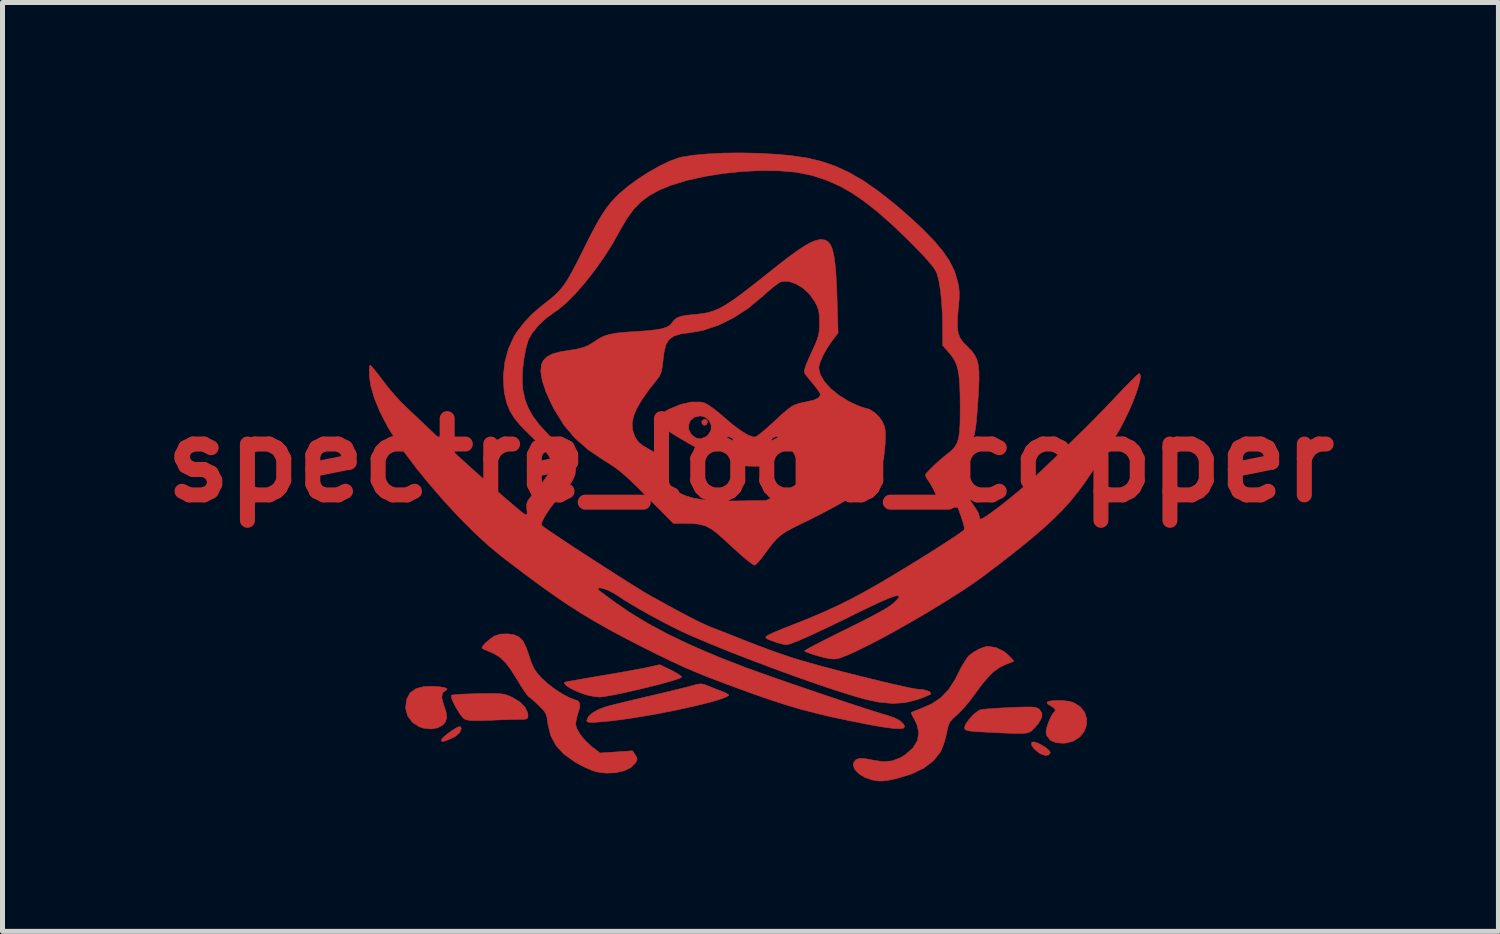
<source format=kicad_pcb>
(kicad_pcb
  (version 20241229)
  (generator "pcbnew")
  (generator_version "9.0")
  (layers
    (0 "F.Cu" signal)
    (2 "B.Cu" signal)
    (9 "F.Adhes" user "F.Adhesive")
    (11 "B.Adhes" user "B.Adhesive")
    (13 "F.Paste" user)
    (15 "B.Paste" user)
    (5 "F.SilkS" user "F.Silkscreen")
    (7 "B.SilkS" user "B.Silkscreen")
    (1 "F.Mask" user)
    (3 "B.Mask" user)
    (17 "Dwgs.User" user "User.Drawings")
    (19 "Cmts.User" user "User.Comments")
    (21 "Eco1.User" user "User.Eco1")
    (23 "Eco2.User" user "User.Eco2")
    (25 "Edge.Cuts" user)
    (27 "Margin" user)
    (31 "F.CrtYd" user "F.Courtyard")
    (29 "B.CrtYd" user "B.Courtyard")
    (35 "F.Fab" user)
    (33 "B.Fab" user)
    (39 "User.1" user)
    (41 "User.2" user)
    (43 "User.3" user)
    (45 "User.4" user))
  (footprint "spectre_logo_copper"
    (layer "F.Cu")
    (at 11.945 6.149)
    (property "Reference" "spectre_logo_copper" (at 0 0 0) (layer "F.Cu") (effects (font (size 1.524 1.524) (thickness 0.3))))
    (attr through_hole)
    (fp_poly (pts (xy -0.866 -0.799) (xy -0.857 -0.762) (xy -0.88 -0.711) (xy -0.928 -0.7) (xy -0.968 -0.73) (xy -0.973 -0.784) (xy -0.931 -0.821) (xy -0.903 -0.826) (xy -0.866 -0.799)) (stroke (width 0.01) (type solid)) (fill yes) (layer "F.Cu"))
    (fp_poly (pts (xy -5.779 5.362) (xy -5.81 5.441) (xy -5.9 5.517) (xy -6.009 5.571) (xy -6.111 5.609) (xy -6.165 5.616) (xy -6.177 5.592) (xy -6.173 5.576) (xy -6.137 5.533) (xy -6.065 5.472) (xy -5.977 5.407) (xy -5.891 5.352) (xy -5.834 5.324) (xy -5.789 5.324) (xy -5.779 5.362)) (stroke (width 0.01) (type solid)) (fill yes) (layer "F.Cu"))
    (fp_poly (pts (xy 5.739 5.649) (xy 5.826 5.692) (xy 5.909 5.746) (xy 5.97 5.799) (xy 5.992 5.841) (xy 5.992 5.842) (xy 5.958 5.887) (xy 5.89 5.895) (xy 5.802 5.867) (xy 5.77 5.848) (xy 5.674 5.77) (xy 5.621 5.697) (xy 5.618 5.64) (xy 5.623 5.631) (xy 5.666 5.625) (xy 5.739 5.649)) (stroke (width 0.01) (type solid)) (fill yes) (layer "F.Cu"))
    (fp_poly (pts (xy -6.201 4.525) (xy -6.108 4.542) (xy -6.062 4.564) (xy -6.069 4.586) (xy -6.088 4.595) (xy -6.152 4.646) (xy -6.168 4.737) (xy -6.136 4.868) (xy -6.128 4.889) (xy -6.08 5.034) (xy -6.069 5.142) (xy -6.096 5.226) (xy -6.148 5.288) (xy -6.252 5.345) (xy -6.388 5.366) (xy -6.535 5.35) (xy -6.621 5.321) (xy -6.757 5.232) (xy -6.849 5.106) (xy -6.889 4.958) (xy -6.89 4.932) (xy -6.867 4.766) (xy -6.799 4.643) (xy -6.683 4.561) (xy -6.52 4.518) (xy -6.332 4.514) (xy -6.201 4.525)) (stroke (width 0.01) (type solid)) (fill yes) (layer "F.Cu"))
    (fp_poly (pts (xy 6.242 4.799) (xy 6.361 4.813) (xy 6.452 4.837) (xy 6.454 4.838) (xy 6.591 4.923) (xy 6.678 5.034) (xy 6.718 5.16) (xy 6.714 5.29) (xy 6.669 5.414) (xy 6.585 5.522) (xy 6.466 5.603) (xy 6.313 5.647) (xy 6.238 5.652) (xy 6.105 5.64) (xy 6.009 5.6) (xy 5.989 5.586) (xy 5.919 5.498) (xy 5.905 5.427) (xy 5.918 5.349) (xy 5.951 5.248) (xy 5.993 5.146) (xy 6.037 5.065) (xy 6.068 5.03) (xy 6.095 4.99) (xy 6.059 4.942) (xy 5.996 4.903) (xy 5.934 4.864) (xy 5.925 4.837) (xy 5.941 4.823) (xy 6.009 4.804) (xy 6.117 4.796) (xy 6.242 4.799)) (stroke (width 0.01) (type solid)) (fill yes) (layer "F.Cu"))
    (fp_poly (pts (xy -5.01 4.662) (xy -4.933 4.672) (xy -4.87 4.688) (xy -4.807 4.713) (xy -4.76 4.735) (xy -4.609 4.826) (xy -4.503 4.933) (xy -4.45 5.048) (xy -4.445 5.093) (xy -4.449 5.141) (xy -4.473 5.165) (xy -4.531 5.174) (xy -4.615 5.175) (xy -4.712 5.177) (xy -4.854 5.18) (xy -5.023 5.186) (xy -5.199 5.193) (xy -5.21 5.193) (xy -5.403 5.199) (xy -5.542 5.199) (xy -5.638 5.191) (xy -5.699 5.176) (xy -5.712 5.169) (xy -5.76 5.126) (xy -5.817 5.047) (xy -5.877 4.95) (xy -5.93 4.851) (xy -5.967 4.764) (xy -5.98 4.706) (xy -5.976 4.693) (xy -5.938 4.685) (xy -5.848 4.677) (xy -5.717 4.67) (xy -5.556 4.664) (xy -5.445 4.661) (xy -5.253 4.658) (xy -5.112 4.658) (xy -5.01 4.662)) (stroke (width 0.01) (type solid)) (fill yes) (layer "F.Cu"))
    (fp_poly (pts (xy 5.615 4.928) (xy 5.682 4.934) (xy 5.728 4.946) (xy 5.761 4.965) (xy 5.774 4.975) (xy 5.826 5.05) (xy 5.818 5.144) (xy 5.751 5.26) (xy 5.684 5.337) (xy 5.646 5.377) (xy 5.613 5.408) (xy 5.575 5.431) (xy 5.526 5.446) (xy 5.456 5.454) (xy 5.359 5.456) (xy 5.225 5.454) (xy 5.048 5.447) (xy 4.817 5.436) (xy 4.715 5.431) (xy 4.531 5.421) (xy 4.403 5.41) (xy 4.323 5.394) (xy 4.283 5.37) (xy 4.276 5.336) (xy 4.293 5.289) (xy 4.299 5.276) (xy 4.365 5.179) (xy 4.452 5.083) (xy 4.542 5.01) (xy 4.588 4.985) (xy 4.64 4.976) (xy 4.743 4.965) (xy 4.886 4.955) (xy 5.055 4.945) (xy 5.177 4.939) (xy 5.372 4.931) (xy 5.515 4.927) (xy 5.615 4.928)) (stroke (width 0.01) (type solid)) (fill yes) (layer "F.Cu"))
    (fp_poly (pts (xy -1.588 4.191) (xy -1.484 4.245) (xy -1.409 4.293) (xy -1.375 4.326) (xy -1.375 4.331) (xy -1.409 4.351) (xy -1.496 4.382) (xy -1.624 4.42) (xy -1.785 4.465) (xy -1.968 4.512) (xy -2.164 4.56) (xy -2.362 4.606) (xy -2.552 4.648) (xy -2.725 4.684) (xy -2.87 4.71) (xy -2.977 4.726) (xy -3.024 4.729) (xy -3.121 4.718) (xy -3.237 4.696) (xy -3.27 4.687) (xy -3.401 4.644) (xy -3.522 4.592) (xy -3.623 4.538) (xy -3.692 4.488) (xy -3.718 4.448) (xy -3.711 4.433) (xy -3.678 4.425) (xy -3.591 4.409) (xy -3.459 4.385) (xy -3.292 4.356) (xy -3.099 4.323) (xy -3 4.306) (xy -2.779 4.269) (xy -2.563 4.231) (xy -2.366 4.195) (xy -2.2 4.165) (xy -2.08 4.141) (xy -2.057 4.136) (xy -1.812 4.082) (xy -1.588 4.191)) (stroke (width 0.01) (type solid)) (fill yes) (layer "F.Cu"))
    (fp_poly (pts (xy -0.937 4.473) (xy -0.865 4.499) (xy -0.849 4.506) (xy -0.733 4.553) (xy -0.602 4.603) (xy -0.561 4.619) (xy -0.48 4.654) (xy -0.436 4.684) (xy -0.434 4.698) (xy -0.502 4.734) (xy -0.624 4.778) (xy -0.792 4.828) (xy -0.998 4.88) (xy -1.234 4.935) (xy -1.49 4.99) (xy -1.759 5.044) (xy -2.032 5.094) (xy -2.301 5.139) (xy -2.557 5.177) (xy -2.792 5.206) (xy -2.977 5.224) (xy -3.116 5.234) (xy -3.204 5.235) (xy -3.251 5.227) (xy -3.269 5.21) (xy -3.27 5.2) (xy -3.241 5.126) (xy -3.161 5.049) (xy -3.041 4.979) (xy -2.893 4.924) (xy -2.892 4.924) (xy -2.796 4.898) (xy -2.652 4.861) (xy -2.472 4.817) (xy -2.27 4.769) (xy -2.06 4.719) (xy -2.032 4.713) (xy -1.823 4.664) (xy -1.621 4.616) (xy -1.44 4.571) (xy -1.292 4.535) (xy -1.192 4.508) (xy -1.182 4.505) (xy -1.072 4.476) (xy -0.998 4.465) (xy -0.937 4.473)) (stroke (width 0.01) (type solid)) (fill yes) (layer "F.Cu"))
    (fp_poly (pts (xy 4.912 3.743) (xy 5.065 3.817) (xy 5.161 3.898) (xy 5.266 4.012) (xy 5.086 4.084) (xy 4.97 4.142) (xy 4.859 4.222) (xy 4.745 4.334) (xy 4.619 4.485) (xy 4.473 4.684) (xy 4.466 4.694) (xy 4.367 4.825) (xy 4.256 4.955) (xy 4.153 5.061) (xy 4.127 5.085) (xy 4.04 5.163) (xy 3.987 5.227) (xy 3.953 5.3) (xy 3.928 5.404) (xy 3.917 5.461) (xy 3.883 5.599) (xy 3.838 5.733) (xy 3.794 5.829) (xy 3.657 6.001) (xy 3.464 6.147) (xy 3.217 6.267) (xy 2.919 6.357) (xy 2.899 6.362) (xy 2.747 6.393) (xy 2.634 6.407) (xy 2.538 6.404) (xy 2.437 6.386) (xy 2.424 6.383) (xy 2.284 6.334) (xy 2.17 6.264) (xy 2.09 6.181) (xy 2.054 6.097) (xy 2.066 6.029) (xy 2.111 5.977) (xy 2.183 5.954) (xy 2.292 5.959) (xy 2.445 5.989) (xy 2.651 6.021) (xy 2.83 6.005) (xy 3 5.939) (xy 3.095 5.88) (xy 3.246 5.747) (xy 3.336 5.602) (xy 3.363 5.446) (xy 3.328 5.281) (xy 3.282 5.187) (xy 3.238 5.106) (xy 3.213 5.051) (xy 3.211 5.037) (xy 3.245 5.022) (xy 3.32 4.993) (xy 3.381 4.97) (xy 3.616 4.868) (xy 3.804 4.743) (xy 3.957 4.583) (xy 4.089 4.378) (xy 4.143 4.27) (xy 4.211 4.137) (xy 4.282 4.016) (xy 4.344 3.927) (xy 4.369 3.899) (xy 4.469 3.824) (xy 4.587 3.761) (xy 4.7 3.722) (xy 4.754 3.715) (xy 4.912 3.743)) (stroke (width 0.01) (type solid)) (fill yes) (layer "F.Cu"))
    (fp_poly (pts (xy -4.836 3.468) (xy -4.712 3.488) (xy -4.618 3.533) (xy -4.544 3.612) (xy -4.482 3.735) (xy -4.424 3.902) (xy -4.375 4.049) (xy -4.325 4.158) (xy -4.261 4.251) (xy -4.18 4.343) (xy -4.06 4.454) (xy -3.915 4.565) (xy -3.762 4.665) (xy -3.62 4.741) (xy -3.514 4.781) (xy -3.44 4.81) (xy -3.408 4.861) (xy -3.414 4.945) (xy -3.442 5.037) (xy -3.472 5.145) (xy -3.49 5.243) (xy -3.493 5.274) (xy -3.468 5.365) (xy -3.401 5.477) (xy -3.302 5.598) (xy -3.181 5.712) (xy -3.144 5.741) (xy -3.004 5.847) (xy -2.356 5.803) (xy -2.301 5.886) (xy -2.266 5.95) (xy -2.27 5.998) (xy -2.299 6.048) (xy -2.393 6.139) (xy -2.532 6.204) (xy -2.701 6.242) (xy -2.885 6.249) (xy -3.069 6.224) (xy -3.167 6.194) (xy -3.288 6.142) (xy -3.425 6.073) (xy -3.516 6.021) (xy -3.73 5.867) (xy -3.886 5.696) (xy -3.99 5.503) (xy -4.046 5.278) (xy -4.05 5.243) (xy -4.066 5.133) (xy -4.092 5.055) (xy -4.14 4.987) (xy -4.223 4.902) (xy -4.228 4.897) (xy -4.314 4.817) (xy -4.387 4.754) (xy -4.429 4.722) (xy -4.462 4.686) (xy -4.519 4.607) (xy -4.592 4.496) (xy -4.672 4.364) (xy -4.674 4.361) (xy -4.793 4.173) (xy -4.9 4.034) (xy -5.008 3.933) (xy -5.126 3.859) (xy -5.247 3.808) (xy -5.322 3.777) (xy -5.363 3.75) (xy -5.366 3.745) (xy -5.342 3.7) (xy -5.282 3.636) (xy -5.203 3.569) (xy -5.123 3.514) (xy -5.111 3.508) (xy -4.996 3.471) (xy -4.851 3.467) (xy -4.836 3.468)) (stroke (width 0.01) (type solid)) (fill yes) (layer "F.Cu"))
    (fp_poly (pts (xy 1.491 -4.403) (xy 1.551 -4.37) (xy 1.601 -4.307) (xy 1.64 -4.211) (xy 1.67 -4.075) (xy 1.694 -3.894) (xy 1.712 -3.663) (xy 1.726 -3.377) (xy 1.731 -3.202) (xy 1.751 -2.547) (xy 1.633 -2.393) (xy 1.54 -2.257) (xy 1.459 -2.114) (xy 1.399 -1.981) (xy 1.368 -1.874) (xy 1.366 -1.846) (xy 1.394 -1.717) (xy 1.475 -1.578) (xy 1.601 -1.437) (xy 1.764 -1.303) (xy 1.955 -1.185) (xy 2.015 -1.154) (xy 2.127 -1.103) (xy 2.219 -1.066) (xy 2.276 -1.048) (xy 2.281 -1.048) (xy 2.375 -1.022) (xy 2.48 -0.956) (xy 2.576 -0.864) (xy 2.639 -0.769) (xy 2.671 -0.695) (xy 2.69 -0.621) (xy 2.697 -0.53) (xy 2.695 -0.404) (xy 2.691 -0.323) (xy 2.665 -0.065) (xy 2.612 0.143) (xy 2.531 0.313) (xy 2.416 0.455) (xy 2.405 0.466) (xy 2.31 0.543) (xy 2.165 0.642) (xy 1.979 0.756) (xy 1.76 0.881) (xy 1.517 1.013) (xy 1.258 1.147) (xy 1.035 1.256) (xy 0.854 1.345) (xy 0.717 1.419) (xy 0.61 1.491) (xy 0.52 1.571) (xy 0.432 1.672) (xy 0.332 1.803) (xy 0.287 1.865) (xy 0.21 1.968) (xy 0.143 2.046) (xy 0.096 2.089) (xy 0.085 2.094) (xy 0.043 2.074) (xy -0.03 2.022) (xy -0.108 1.959) (xy -0.201 1.878) (xy -0.321 1.77) (xy -0.448 1.654) (xy -0.513 1.594) (xy -0.663 1.46) (xy -0.788 1.367) (xy -0.904 1.307) (xy -1.028 1.274) (xy -1.174 1.261) (xy -1.27 1.259) (xy -1.54 1.258) (xy -2.064 0.73) (xy -2.242 0.552) (xy -2.386 0.412) (xy -2.507 0.301) (xy -2.613 0.212) (xy -2.715 0.135) (xy -2.823 0.063) (xy -2.937 -0.007) (xy -3.248 -0.217) (xy -3.506 -0.445) (xy -3.725 -0.704) (xy -3.748 -0.741) (xy -2.364 -0.741) (xy -2.356 -0.615) (xy -2.316 -0.491) (xy -2.302 -0.46) (xy -2.245 -0.373) (xy -2.161 -0.301) (xy -2.049 -0.236) (xy -1.909 -0.153) (xy -1.815 -0.067) (xy -1.756 0.04) (xy -1.718 0.187) (xy -1.709 0.239) (xy -1.678 0.389) (xy -1.635 0.493) (xy -1.568 0.568) (xy -1.468 0.631) (xy -1.456 0.637) (xy -1.312 0.701) (xy -1.159 0.749) (xy -0.986 0.782) (xy -0.782 0.802) (xy -0.535 0.811) (xy -0.28 0.81) (xy 0.314 0.801) (xy 0.578 0.672) (xy 0.707 0.605) (xy 0.824 0.539) (xy 0.91 0.485) (xy 0.931 0.47) (xy 1.02 0.396) (xy 0.967 0.158) (xy 0.929 0.006) (xy 0.887 -0.108) (xy 0.829 -0.206) (xy 0.743 -0.313) (xy 0.708 -0.352) (xy 0.604 -0.445) (xy 0.515 -0.478) (xy 0.445 -0.451) (xy 0.396 -0.365) (xy 0.368 -0.223) (xy 0.364 -0.143) (xy 0.36 -0.035) (xy 0.357 0.05) (xy 0.354 0.085) (xy 0.325 0.105) (xy 0.242 0.115) (xy 0.1 0.117) (xy 0.073 0.117) (xy -0.06 0.113) (xy -0.146 0.106) (xy -0.199 0.09) (xy -0.236 0.06) (xy -0.272 0.011) (xy -0.276 0.004) (xy -0.326 -0.093) (xy -0.334 -0.19) (xy -0.33 -0.222) (xy -0.325 -0.354) (xy -0.359 -0.438) (xy -0.424 -0.473) (xy -0.515 -0.457) (xy -0.626 -0.388) (xy -0.706 -0.316) (xy -0.81 -0.22) (xy -0.883 -0.176) (xy -0.917 -0.174) (xy -0.996 -0.211) (xy -1.113 -0.272) (xy -1.252 -0.35) (xy -1.398 -0.436) (xy -1.534 -0.519) (xy -1.647 -0.592) (xy -1.7 -0.63) (xy -1.797 -0.712) (xy -1.235 -0.712) (xy -1.231 -0.613) (xy -1.181 -0.519) (xy -1.095 -0.45) (xy -0.997 -0.43) (xy -0.893 -0.47) (xy -0.844 -0.51) (xy -0.789 -0.6) (xy -0.784 -0.7) (xy -0.822 -0.792) (xy -0.897 -0.861) (xy -1.001 -0.889) (xy -1.005 -0.889) (xy -1.119 -0.864) (xy -1.197 -0.8) (xy -1.235 -0.712) (xy -1.797 -0.712) (xy -1.805 -0.719) (xy -1.857 -0.792) (xy -1.853 -0.858) (xy -1.793 -0.923) (xy -1.673 -0.997) (xy -1.618 -1.026) (xy -1.393 -1.119) (xy -1.183 -1.166) (xy -0.998 -1.166) (xy -0.916 -1.147) (xy -0.848 -1.111) (xy -0.748 -1.042) (xy -0.632 -0.951) (xy -0.538 -0.87) (xy -0.352 -0.712) (xy -0.188 -0.59) (xy -0.053 -0.508) (xy 0.05 -0.469) (xy 0.099 -0.468) (xy 0.144 -0.495) (xy 0.224 -0.557) (xy 0.329 -0.646) (xy 0.449 -0.754) (xy 0.481 -0.784) (xy 0.62 -0.913) (xy 0.726 -1.005) (xy 0.81 -1.068) (xy 0.887 -1.11) (xy 0.969 -1.138) (xy 1.068 -1.161) (xy 1.127 -1.172) (xy 1.272 -1.207) (xy 1.359 -1.249) (xy 1.395 -1.302) (xy 1.397 -1.319) (xy 1.377 -1.362) (xy 1.326 -1.437) (xy 1.254 -1.526) (xy 1.252 -1.529) (xy 1.175 -1.622) (xy 1.112 -1.7) (xy 1.079 -1.748) (xy 1.077 -1.798) (xy 1.105 -1.891) (xy 1.163 -2.032) (xy 1.215 -2.145) (xy 1.285 -2.297) (xy 1.331 -2.409) (xy 1.359 -2.5) (xy 1.374 -2.586) (xy 1.379 -2.686) (xy 1.38 -2.746) (xy 1.377 -2.884) (xy 1.365 -2.984) (xy 1.338 -3.069) (xy 1.29 -3.165) (xy 1.286 -3.173) (xy 1.18 -3.321) (xy 1.048 -3.444) (xy 0.901 -3.532) (xy 0.755 -3.579) (xy 0.621 -3.575) (xy 0.567 -3.546) (xy 0.479 -3.482) (xy 0.369 -3.392) (xy 0.248 -3.284) (xy 0.233 -3.271) (xy -0.045 -3.04) (xy -0.343 -2.847) (xy -0.647 -2.698) (xy -0.949 -2.597) (xy -1.191 -2.555) (xy -1.386 -2.528) (xy -1.527 -2.485) (xy -1.625 -2.417) (xy -1.688 -2.313) (xy -1.726 -2.166) (xy -1.745 -2.015) (xy -1.763 -1.86) (xy -1.787 -1.753) (xy -1.821 -1.679) (xy -1.838 -1.656) (xy -2.027 -1.414) (xy -2.172 -1.208) (xy -2.274 -1.032) (xy -2.338 -0.878) (xy -2.364 -0.741) (xy -3.748 -0.741) (xy -3.914 -1.007) (xy -3.969 -1.111) (xy -4.086 -1.37) (xy -4.16 -1.593) (xy -4.19 -1.778) (xy -4.175 -1.922) (xy -4.141 -1.993) (xy -4.066 -2.07) (xy -3.954 -2.128) (xy -3.796 -2.171) (xy -3.661 -2.193) (xy -3.479 -2.222) (xy -3.342 -2.256) (xy -3.234 -2.3) (xy -3.136 -2.36) (xy -3.119 -2.372) (xy -3.023 -2.436) (xy -2.924 -2.484) (xy -2.81 -2.519) (xy -2.669 -2.544) (xy -2.487 -2.562) (xy -2.319 -2.573) (xy -2.084 -2.589) (xy -1.904 -2.608) (xy -1.771 -2.631) (xy -1.676 -2.661) (xy -1.611 -2.7) (xy -1.567 -2.749) (xy -1.52 -2.809) (xy -1.463 -2.851) (xy -1.382 -2.88) (xy -1.264 -2.901) (xy -1.096 -2.918) (xy -1.094 -2.918) (xy -0.966 -2.932) (xy -0.85 -2.953) (xy -0.738 -2.987) (xy -0.623 -3.036) (xy -0.498 -3.105) (xy -0.355 -3.198) (xy -0.187 -3.319) (xy 0.012 -3.472) (xy 0.252 -3.661) (xy 0.308 -3.706) (xy 0.557 -3.904) (xy 0.764 -4.064) (xy 0.935 -4.188) (xy 1.075 -4.281) (xy 1.19 -4.347) (xy 1.285 -4.388) (xy 1.366 -4.409) (xy 1.419 -4.413) (xy 1.491 -4.403)) (stroke (width 0.01) (type solid)) (fill yes) (layer "F.Cu"))
    (fp_poly (pts (xy 0.169 -6.136) (xy 0.52 -6.116) (xy 0.794 -6.092) (xy 1.113 -6.046) (xy 1.411 -5.977) (xy 1.695 -5.88) (xy 1.975 -5.751) (xy 2.259 -5.586) (xy 2.555 -5.38) (xy 2.872 -5.13) (xy 3.127 -4.911) (xy 3.415 -4.647) (xy 3.649 -4.409) (xy 3.833 -4.193) (xy 3.97 -3.996) (xy 4.064 -3.812) (xy 4.09 -3.739) (xy 4.134 -3.593) (xy 4.161 -3.476) (xy 4.172 -3.365) (xy 4.171 -3.238) (xy 4.157 -3.074) (xy 4.153 -3.035) (xy 4.136 -2.828) (xy 4.134 -2.669) (xy 4.15 -2.547) (xy 4.187 -2.449) (xy 4.248 -2.361) (xy 4.337 -2.271) (xy 4.418 -2.189) (xy 4.48 -2.107) (xy 4.524 -2.016) (xy 4.552 -1.907) (xy 4.566 -1.77) (xy 4.567 -1.596) (xy 4.557 -1.375) (xy 4.545 -1.176) (xy 4.529 -0.956) (xy 4.514 -0.786) (xy 4.498 -0.65) (xy 4.478 -0.534) (xy 4.451 -0.423) (xy 4.414 -0.304) (xy 4.364 -0.162) (xy 4.334 -0.079) (xy 4.279 0.081) (xy 4.247 0.2) (xy 4.233 0.294) (xy 4.235 0.382) (xy 4.236 0.392) (xy 4.267 0.523) (xy 4.331 0.68) (xy 4.418 0.842) (xy 4.513 0.981) (xy 4.556 1.055) (xy 4.572 1.116) (xy 4.585 1.165) (xy 4.601 1.175) (xy 4.648 1.155) (xy 4.734 1.1) (xy 4.851 1.016) (xy 4.991 0.911) (xy 5.145 0.79) (xy 5.304 0.66) (xy 5.461 0.528) (xy 5.606 0.401) (xy 5.732 0.285) (xy 5.736 0.281) (xy 6.028 0.001) (xy 6.28 -0.243) (xy 6.499 -0.456) (xy 6.691 -0.645) (xy 6.862 -0.817) (xy 7.02 -0.978) (xy 7.17 -1.134) (xy 7.32 -1.293) (xy 7.322 -1.294) (xy 7.453 -1.433) (xy 7.571 -1.554) (xy 7.668 -1.65) (xy 7.736 -1.714) (xy 7.769 -1.739) (xy 7.77 -1.739) (xy 7.792 -1.7) (xy 7.786 -1.615) (xy 7.756 -1.492) (xy 7.706 -1.34) (xy 7.64 -1.167) (xy 7.561 -0.984) (xy 7.472 -0.799) (xy 7.378 -0.62) (xy 7.28 -0.457) (xy 7.246 -0.406) (xy 7.171 -0.293) (xy 7.072 -0.144) (xy 6.961 0.023) (xy 6.85 0.193) (xy 6.82 0.238) (xy 6.683 0.441) (xy 6.544 0.629) (xy 6.398 0.809) (xy 6.24 0.985) (xy 6.062 1.163) (xy 5.861 1.349) (xy 5.63 1.548) (xy 5.363 1.766) (xy 5.054 2.008) (xy 4.699 2.279) (xy 4.683 2.291) (xy 4.492 2.429) (xy 4.266 2.582) (xy 4.014 2.744) (xy 3.743 2.912) (xy 3.46 3.082) (xy 3.174 3.248) (xy 2.891 3.408) (xy 2.62 3.556) (xy 2.367 3.687) (xy 2.142 3.799) (xy 1.95 3.886) (xy 1.8 3.944) (xy 1.748 3.96) (xy 1.673 3.97) (xy 1.58 3.962) (xy 1.454 3.935) (xy 1.359 3.909) (xy 1.236 3.872) (xy 1.141 3.839) (xy 1.087 3.814) (xy 1.079 3.806) (xy 1.107 3.787) (xy 1.184 3.743) (xy 1.305 3.68) (xy 1.461 3.599) (xy 1.646 3.506) (xy 1.853 3.403) (xy 1.915 3.373) (xy 2.189 3.236) (xy 2.411 3.123) (xy 2.585 3.03) (xy 2.716 2.954) (xy 2.81 2.892) (xy 2.871 2.842) (xy 2.874 2.839) (xy 2.943 2.768) (xy 2.971 2.73) (xy 2.962 2.712) (xy 2.926 2.704) (xy 2.872 2.715) (xy 2.768 2.753) (xy 2.619 2.817) (xy 2.432 2.903) (xy 2.212 3.01) (xy 2.212 3.01) (xy 1.84 3.193) (xy 1.523 3.345) (xy 1.26 3.469) (xy 1.049 3.564) (xy 0.888 3.631) (xy 0.778 3.67) (xy 0.717 3.683) (xy 0.644 3.672) (xy 0.539 3.644) (xy 0.456 3.615) (xy 0.358 3.577) (xy 0.312 3.551) (xy 0.307 3.528) (xy 0.334 3.504) (xy 0.387 3.475) (xy 0.484 3.431) (xy 0.612 3.378) (xy 0.728 3.332) (xy 1.101 3.184) (xy 1.43 3.046) (xy 1.731 2.909) (xy 2.023 2.764) (xy 2.32 2.604) (xy 2.641 2.42) (xy 2.834 2.305) (xy 3.085 2.153) (xy 3.328 2.004) (xy 3.555 1.863) (xy 3.762 1.732) (xy 3.942 1.616) (xy 4.089 1.519) (xy 4.197 1.444) (xy 4.261 1.396) (xy 4.275 1.38) (xy 4.272 1.334) (xy 4.25 1.248) (xy 4.216 1.141) (xy 4.143 0.937) (xy 4.008 0.936) (xy 3.902 0.922) (xy 3.822 0.875) (xy 3.755 0.786) (xy 3.699 0.667) (xy 3.646 0.555) (xy 3.584 0.449) (xy 3.566 0.423) (xy 3.519 0.352) (xy 3.494 0.301) (xy 3.493 0.295) (xy 3.515 0.258) (xy 3.575 0.192) (xy 3.661 0.107) (xy 3.763 0.014) (xy 3.867 -0.075) (xy 3.93 -0.125) (xy 4.015 -0.195) (xy 4.079 -0.263) (xy 4.126 -0.34) (xy 4.157 -0.436) (xy 4.177 -0.561) (xy 4.187 -0.725) (xy 4.19 -0.937) (xy 4.191 -1.054) (xy 4.188 -1.322) (xy 4.18 -1.536) (xy 4.165 -1.705) (xy 4.14 -1.839) (xy 4.104 -1.948) (xy 4.054 -2.04) (xy 3.99 -2.126) (xy 3.973 -2.145) (xy 3.842 -2.295) (xy 3.841 -2.6) (xy 3.836 -2.897) (xy 3.82 -3.168) (xy 3.796 -3.404) (xy 3.764 -3.598) (xy 3.724 -3.739) (xy 3.71 -3.773) (xy 3.652 -3.863) (xy 3.547 -3.991) (xy 3.393 -4.158) (xy 3.19 -4.364) (xy 3.145 -4.409) (xy 2.831 -4.71) (xy 2.545 -4.962) (xy 2.28 -5.172) (xy 2.029 -5.344) (xy 1.784 -5.482) (xy 1.537 -5.592) (xy 1.283 -5.678) (xy 1.191 -5.703) (xy 0.904 -5.758) (xy 0.573 -5.786) (xy 0.212 -5.791) (xy -0.167 -5.772) (xy -0.55 -5.732) (xy -0.925 -5.672) (xy -1.276 -5.593) (xy -1.592 -5.496) (xy -1.829 -5.398) (xy -2.022 -5.291) (xy -2.187 -5.168) (xy -2.332 -5.019) (xy -2.469 -4.831) (xy -2.608 -4.595) (xy -2.636 -4.542) (xy -2.779 -4.29) (xy -2.944 -4.034) (xy -3.124 -3.783) (xy -3.31 -3.546) (xy -3.496 -3.334) (xy -3.673 -3.154) (xy -3.834 -3.018) (xy -3.905 -2.97) (xy -4.073 -2.85) (xy -4.226 -2.708) (xy -4.351 -2.559) (xy -4.433 -2.419) (xy -4.441 -2.398) (xy -4.491 -2.224) (xy -4.529 -2.016) (xy -4.553 -1.796) (xy -4.56 -1.588) (xy -4.548 -1.413) (xy -4.545 -1.395) (xy -4.502 -1.209) (xy -4.437 -1.04) (xy -4.343 -0.876) (xy -4.214 -0.706) (xy -4.041 -0.518) (xy -3.955 -0.431) (xy -3.797 -0.273) (xy -3.678 -0.151) (xy -3.595 -0.057) (xy -3.541 0.018) (xy -3.509 0.08) (xy -3.495 0.137) (xy -3.493 0.184) (xy -3.507 0.29) (xy -3.553 0.399) (xy -3.637 0.523) (xy -3.766 0.671) (xy -3.792 0.699) (xy -3.894 0.815) (xy -3.99 0.939) (xy -4.073 1.06) (xy -4.136 1.168) (xy -4.172 1.25) (xy -4.173 1.297) (xy -4.171 1.3) (xy -4.119 1.34) (xy -4.02 1.409) (xy -3.882 1.502) (xy -3.713 1.615) (xy -3.521 1.742) (xy -3.312 1.878) (xy -3.094 2.019) (xy -2.875 2.16) (xy -2.662 2.296) (xy -2.463 2.422) (xy -2.284 2.534) (xy -2.135 2.626) (xy -2.021 2.693) (xy -1.984 2.714) (xy -1.699 2.871) (xy -1.461 3.001) (xy -1.265 3.105) (xy -1.104 3.188) (xy -0.971 3.253) (xy -0.859 3.304) (xy -0.762 3.344) (xy -0.74 3.353) (xy -0.631 3.394) (xy -0.481 3.452) (xy -0.307 3.521) (xy -0.125 3.594) (xy -0.064 3.618) (xy 0.147 3.7) (xy 0.387 3.789) (xy 0.627 3.874) (xy 0.84 3.946) (xy 0.853 3.95) (xy 1.002 3.995) (xy 1.189 4.049) (xy 1.407 4.109) (xy 1.645 4.172) (xy 1.897 4.238) (xy 2.154 4.303) (xy 2.406 4.365) (xy 2.646 4.423) (xy 2.864 4.475) (xy 3.053 4.517) (xy 3.204 4.549) (xy 3.309 4.568) (xy 3.35 4.572) (xy 3.452 4.581) (xy 3.538 4.603) (xy 3.593 4.633) (xy 3.602 4.664) (xy 3.598 4.67) (xy 3.554 4.695) (xy 3.467 4.732) (xy 3.354 4.774) (xy 3.336 4.78) (xy 3.095 4.84) (xy 2.845 4.857) (xy 2.571 4.832) (xy 2.319 4.779) (xy 2.102 4.719) (xy 1.836 4.637) (xy 1.53 4.537) (xy 1.195 4.422) (xy 0.84 4.296) (xy 0.473 4.162) (xy 0.105 4.024) (xy -0.254 3.886) (xy -0.596 3.75) (xy -0.911 3.62) (xy -1.19 3.501) (xy -1.381 3.414) (xy -1.578 3.317) (xy -1.794 3.205) (xy -2.016 3.085) (xy -2.229 2.965) (xy -2.419 2.853) (xy -2.573 2.756) (xy -2.628 2.718) (xy -2.737 2.65) (xy -2.85 2.594) (xy -2.949 2.558) (xy -3.019 2.547) (xy -3.041 2.554) (xy -3.041 2.588) (xy -3.03 2.597) (xy -2.992 2.625) (xy -2.917 2.681) (xy -2.816 2.756) (xy -2.761 2.797) (xy -2.424 3.031) (xy -2.049 3.259) (xy -1.632 3.482) (xy -1.169 3.702) (xy -0.656 3.922) (xy -0.088 4.143) (xy 0.492 4.35) (xy 0.834 4.468) (xy 1.167 4.582) (xy 1.485 4.69) (xy 1.781 4.789) (xy 2.05 4.879) (xy 2.285 4.956) (xy 2.479 5.018) (xy 2.627 5.064) (xy 2.722 5.092) (xy 2.73 5.094) (xy 2.879 5.144) (xy 2.994 5.206) (xy 3.063 5.274) (xy 3.08 5.324) (xy 3.055 5.351) (xy 2.98 5.361) (xy 2.852 5.355) (xy 2.669 5.331) (xy 2.428 5.29) (xy 2.302 5.266) (xy 1.935 5.193) (xy 1.611 5.124) (xy 1.316 5.054) (xy 1.036 4.981) (xy 0.757 4.9) (xy 0.466 4.807) (xy 0.149 4.698) (xy -0.208 4.57) (xy -0.343 4.52) (xy -0.638 4.41) (xy -0.893 4.312) (xy -1.125 4.217) (xy -1.347 4.121) (xy -1.575 4.015) (xy -1.825 3.895) (xy -2.111 3.752) (xy -2.2 3.707) (xy -2.531 3.537) (xy -2.83 3.376) (xy -3.108 3.219) (xy -3.375 3.059) (xy -3.639 2.891) (xy -3.91 2.707) (xy -4.198 2.502) (xy -4.512 2.27) (xy -4.862 2.004) (xy -4.978 1.915) (xy -5.242 1.696) (xy -5.526 1.434) (xy -5.82 1.139) (xy -6.115 0.821) (xy -6.402 0.491) (xy -6.672 0.16) (xy -6.915 -0.163) (xy -7.123 -0.466) (xy -7.244 -0.664) (xy -7.397 -0.957) (xy -7.512 -1.235) (xy -7.586 -1.489) (xy -7.613 -1.675) (xy -7.617 -1.786) (xy -7.613 -1.868) (xy -7.602 -1.903) (xy -7.6 -1.904) (xy -7.572 -1.879) (xy -7.515 -1.813) (xy -7.437 -1.716) (xy -7.35 -1.6) (xy -7.235 -1.451) (xy -7.103 -1.296) (xy -6.976 -1.157) (xy -6.906 -1.088) (xy -6.814 -1.002) (xy -6.687 -0.882) (xy -6.536 -0.74) (xy -6.373 -0.584) (xy -6.207 -0.426) (xy -6.175 -0.396) (xy -6.031 -0.26) (xy -5.864 -0.106) (xy -5.683 0.059) (xy -5.494 0.229) (xy -5.304 0.399) (xy -5.119 0.563) (xy -4.946 0.714) (xy -4.792 0.847) (xy -4.663 0.956) (xy -4.567 1.035) (xy -4.509 1.077) (xy -4.505 1.08) (xy -4.474 1.09) (xy -4.462 1.065) (xy -4.466 0.992) (xy -4.469 0.971) (xy -4.473 0.883) (xy -4.454 0.816) (xy -4.403 0.744) (xy -4.374 0.711) (xy -4.299 0.621) (xy -4.207 0.505) (xy -4.117 0.387) (xy -4.116 0.385) (xy -4.039 0.272) (xy -3.989 0.175) (xy -3.97 0.086) (xy -3.984 -0.003) (xy -4.035 -0.102) (xy -4.125 -0.218) (xy -4.258 -0.359) (xy -4.431 -0.53) (xy -4.599 -0.701) (xy -4.722 -0.851) (xy -4.809 -0.994) (xy -4.87 -1.146) (xy -4.911 -1.321) (xy -4.922 -1.386) (xy -4.939 -1.667) (xy -4.909 -1.955) (xy -4.835 -2.232) (xy -4.722 -2.48) (xy -4.659 -2.578) (xy -4.512 -2.767) (xy -4.353 -2.933) (xy -4.161 -3.096) (xy -4.094 -3.148) (xy -3.984 -3.235) (xy -3.891 -3.316) (xy -3.809 -3.399) (xy -3.733 -3.494) (xy -3.657 -3.608) (xy -3.574 -3.751) (xy -3.479 -3.931) (xy -3.366 -4.156) (xy -3.312 -4.264) (xy -3.181 -4.524) (xy -3.068 -4.734) (xy -2.968 -4.905) (xy -2.874 -5.045) (xy -2.779 -5.165) (xy -2.678 -5.273) (xy -2.612 -5.337) (xy -2.439 -5.482) (xy -2.238 -5.628) (xy -2.024 -5.765) (xy -1.809 -5.886) (xy -1.607 -5.982) (xy -1.433 -6.046) (xy -1.375 -6.061) (xy -1.139 -6.098) (xy -0.853 -6.124) (xy -0.531 -6.14) (xy -0.186 -6.144) (xy 0.169 -6.136)) (stroke (width 0.01) (type solid)) (fill yes) (layer "F.Cu"))
    (fp_poly (pts (xy -0.866 -0.799) (xy -0.857 -0.762) (xy -0.88 -0.711) (xy -0.928 -0.7) (xy -0.968 -0.73) (xy -0.973 -0.784) (xy -0.931 -0.821) (xy -0.903 -0.826) (xy -0.866 -0.799)) (stroke (width 0.01) (type solid)) (fill yes) (layer "F.Mask"))
    (fp_poly (pts (xy -5.779 5.362) (xy -5.81 5.441) (xy -5.9 5.517) (xy -6.009 5.571) (xy -6.111 5.609) (xy -6.165 5.616) (xy -6.177 5.592) (xy -6.173 5.576) (xy -6.137 5.533) (xy -6.065 5.472) (xy -5.977 5.407) (xy -5.891 5.352) (xy -5.834 5.324) (xy -5.789 5.324) (xy -5.779 5.362)) (stroke (width 0.01) (type solid)) (fill yes) (layer "F.Mask"))
    (fp_poly (pts (xy 5.739 5.649) (xy 5.826 5.692) (xy 5.909 5.746) (xy 5.97 5.799) (xy 5.992 5.841) (xy 5.992 5.842) (xy 5.958 5.887) (xy 5.89 5.895) (xy 5.802 5.867) (xy 5.77 5.848) (xy 5.674 5.77) (xy 5.621 5.697) (xy 5.618 5.64) (xy 5.623 5.631) (xy 5.666 5.625) (xy 5.739 5.649)) (stroke (width 0.01) (type solid)) (fill yes) (layer "F.Mask"))
    (fp_poly (pts (xy -6.201 4.525) (xy -6.108 4.542) (xy -6.062 4.564) (xy -6.069 4.586) (xy -6.088 4.595) (xy -6.152 4.646) (xy -6.168 4.737) (xy -6.136 4.868) (xy -6.128 4.889) (xy -6.08 5.034) (xy -6.069 5.142) (xy -6.096 5.226) (xy -6.148 5.288) (xy -6.252 5.345) (xy -6.388 5.366) (xy -6.535 5.35) (xy -6.621 5.321) (xy -6.757 5.232) (xy -6.849 5.106) (xy -6.889 4.958) (xy -6.89 4.932) (xy -6.867 4.766) (xy -6.799 4.643) (xy -6.683 4.561) (xy -6.52 4.518) (xy -6.332 4.514) (xy -6.201 4.525)) (stroke (width 0.01) (type solid)) (fill yes) (layer "F.Mask"))
    (fp_poly (pts (xy 6.242 4.799) (xy 6.361 4.813) (xy 6.452 4.837) (xy 6.454 4.838) (xy 6.591 4.923) (xy 6.678 5.034) (xy 6.718 5.16) (xy 6.714 5.29) (xy 6.669 5.414) (xy 6.585 5.522) (xy 6.466 5.603) (xy 6.313 5.647) (xy 6.238 5.652) (xy 6.105 5.64) (xy 6.009 5.6) (xy 5.989 5.586) (xy 5.919 5.498) (xy 5.905 5.427) (xy 5.918 5.349) (xy 5.951 5.248) (xy 5.993 5.146) (xy 6.037 5.065) (xy 6.068 5.03) (xy 6.095 4.99) (xy 6.059 4.942) (xy 5.996 4.903) (xy 5.934 4.864) (xy 5.925 4.837) (xy 5.941 4.823) (xy 6.009 4.804) (xy 6.117 4.796) (xy 6.242 4.799)) (stroke (width 0.01) (type solid)) (fill yes) (layer "F.Mask"))
    (fp_poly (pts (xy -5.01 4.662) (xy -4.933 4.672) (xy -4.87 4.688) (xy -4.807 4.713) (xy -4.76 4.735) (xy -4.609 4.826) (xy -4.503 4.933) (xy -4.45 5.048) (xy -4.445 5.093) (xy -4.449 5.141) (xy -4.473 5.165) (xy -4.531 5.174) (xy -4.615 5.175) (xy -4.712 5.177) (xy -4.854 5.18) (xy -5.023 5.186) (xy -5.199 5.193) (xy -5.21 5.193) (xy -5.403 5.199) (xy -5.542 5.199) (xy -5.638 5.191) (xy -5.699 5.176) (xy -5.712 5.169) (xy -5.76 5.126) (xy -5.817 5.047) (xy -5.877 4.95) (xy -5.93 4.851) (xy -5.967 4.764) (xy -5.98 4.706) (xy -5.976 4.693) (xy -5.938 4.685) (xy -5.848 4.677) (xy -5.717 4.67) (xy -5.556 4.664) (xy -5.445 4.661) (xy -5.253 4.658) (xy -5.112 4.658) (xy -5.01 4.662)) (stroke (width 0.01) (type solid)) (fill yes) (layer "F.Mask"))
    (fp_poly (pts (xy 5.615 4.928) (xy 5.682 4.934) (xy 5.728 4.946) (xy 5.761 4.965) (xy 5.774 4.975) (xy 5.826 5.05) (xy 5.818 5.144) (xy 5.751 5.26) (xy 5.684 5.337) (xy 5.646 5.377) (xy 5.613 5.408) (xy 5.575 5.431) (xy 5.526 5.446) (xy 5.456 5.454) (xy 5.359 5.456) (xy 5.225 5.454) (xy 5.048 5.447) (xy 4.817 5.436) (xy 4.715 5.431) (xy 4.531 5.421) (xy 4.403 5.41) (xy 4.323 5.394) (xy 4.283 5.37) (xy 4.276 5.336) (xy 4.293 5.289) (xy 4.299 5.276) (xy 4.365 5.179) (xy 4.452 5.083) (xy 4.542 5.01) (xy 4.588 4.985) (xy 4.64 4.976) (xy 4.743 4.965) (xy 4.886 4.955) (xy 5.055 4.945) (xy 5.177 4.939) (xy 5.372 4.931) (xy 5.515 4.927) (xy 5.615 4.928)) (stroke (width 0.01) (type solid)) (fill yes) (layer "F.Mask"))
    (fp_poly (pts (xy -1.588 4.191) (xy -1.484 4.245) (xy -1.409 4.293) (xy -1.375 4.326) (xy -1.375 4.331) (xy -1.409 4.351) (xy -1.496 4.382) (xy -1.624 4.42) (xy -1.785 4.465) (xy -1.968 4.512) (xy -2.164 4.56) (xy -2.362 4.606) (xy -2.552 4.648) (xy -2.725 4.684) (xy -2.87 4.71) (xy -2.977 4.726) (xy -3.024 4.729) (xy -3.121 4.718) (xy -3.237 4.696) (xy -3.27 4.687) (xy -3.401 4.644) (xy -3.522 4.592) (xy -3.623 4.538) (xy -3.692 4.488) (xy -3.718 4.448) (xy -3.711 4.433) (xy -3.678 4.425) (xy -3.591 4.409) (xy -3.459 4.385) (xy -3.292 4.356) (xy -3.099 4.323) (xy -3 4.306) (xy -2.779 4.269) (xy -2.563 4.231) (xy -2.366 4.195) (xy -2.2 4.165) (xy -2.08 4.141) (xy -2.057 4.136) (xy -1.812 4.082) (xy -1.588 4.191)) (stroke (width 0.01) (type solid)) (fill yes) (layer "F.Mask"))
    (fp_poly (pts (xy -0.937 4.473) (xy -0.865 4.499) (xy -0.849 4.506) (xy -0.733 4.553) (xy -0.602 4.603) (xy -0.561 4.619) (xy -0.48 4.654) (xy -0.436 4.684) (xy -0.434 4.698) (xy -0.502 4.734) (xy -0.624 4.778) (xy -0.792 4.828) (xy -0.998 4.88) (xy -1.234 4.935) (xy -1.49 4.99) (xy -1.759 5.044) (xy -2.032 5.094) (xy -2.301 5.139) (xy -2.557 5.177) (xy -2.792 5.206) (xy -2.977 5.224) (xy -3.116 5.234) (xy -3.204 5.235) (xy -3.251 5.227) (xy -3.269 5.21) (xy -3.27 5.2) (xy -3.241 5.126) (xy -3.161 5.049) (xy -3.041 4.979) (xy -2.893 4.924) (xy -2.892 4.924) (xy -2.796 4.898) (xy -2.652 4.861) (xy -2.472 4.817) (xy -2.27 4.769) (xy -2.06 4.719) (xy -2.032 4.713) (xy -1.823 4.664) (xy -1.621 4.616) (xy -1.44 4.571) (xy -1.292 4.535) (xy -1.192 4.508) (xy -1.182 4.505) (xy -1.072 4.476) (xy -0.998 4.465) (xy -0.937 4.473)) (stroke (width 0.01) (type solid)) (fill yes) (layer "F.Mask"))
    (fp_poly (pts (xy 4.912 3.743) (xy 5.065 3.817) (xy 5.161 3.898) (xy 5.266 4.012) (xy 5.086 4.084) (xy 4.97 4.142) (xy 4.859 4.222) (xy 4.745 4.334) (xy 4.619 4.485) (xy 4.473 4.684) (xy 4.466 4.694) (xy 4.367 4.825) (xy 4.256 4.955) (xy 4.153 5.061) (xy 4.127 5.085) (xy 4.04 5.163) (xy 3.987 5.227) (xy 3.953 5.3) (xy 3.928 5.404) (xy 3.917 5.461) (xy 3.883 5.599) (xy 3.838 5.733) (xy 3.794 5.829) (xy 3.657 6.001) (xy 3.464 6.147) (xy 3.217 6.267) (xy 2.919 6.357) (xy 2.899 6.362) (xy 2.747 6.393) (xy 2.634 6.407) (xy 2.538 6.404) (xy 2.437 6.386) (xy 2.424 6.383) (xy 2.284 6.334) (xy 2.17 6.264) (xy 2.09 6.181) (xy 2.054 6.097) (xy 2.066 6.029) (xy 2.111 5.977) (xy 2.183 5.954) (xy 2.292 5.959) (xy 2.445 5.989) (xy 2.651 6.021) (xy 2.83 6.005) (xy 3 5.939) (xy 3.095 5.88) (xy 3.246 5.747) (xy 3.336 5.602) (xy 3.363 5.446) (xy 3.328 5.281) (xy 3.282 5.187) (xy 3.238 5.106) (xy 3.213 5.051) (xy 3.211 5.037) (xy 3.245 5.022) (xy 3.32 4.993) (xy 3.381 4.97) (xy 3.616 4.868) (xy 3.804 4.743) (xy 3.957 4.583) (xy 4.089 4.378) (xy 4.143 4.27) (xy 4.211 4.137) (xy 4.282 4.016) (xy 4.344 3.927) (xy 4.369 3.899) (xy 4.469 3.824) (xy 4.587 3.761) (xy 4.7 3.722) (xy 4.754 3.715) (xy 4.912 3.743)) (stroke (width 0.01) (type solid)) (fill yes) (layer "F.Mask"))
    (fp_poly (pts (xy -4.836 3.468) (xy -4.712 3.488) (xy -4.618 3.533) (xy -4.544 3.612) (xy -4.482 3.735) (xy -4.424 3.902) (xy -4.375 4.049) (xy -4.325 4.158) (xy -4.261 4.251) (xy -4.18 4.343) (xy -4.06 4.454) (xy -3.915 4.565) (xy -3.762 4.665) (xy -3.62 4.741) (xy -3.514 4.781) (xy -3.44 4.81) (xy -3.408 4.861) (xy -3.414 4.945) (xy -3.442 5.037) (xy -3.472 5.145) (xy -3.49 5.243) (xy -3.493 5.274) (xy -3.468 5.365) (xy -3.401 5.477) (xy -3.302 5.598) (xy -3.181 5.712) (xy -3.144 5.741) (xy -3.004 5.847) (xy -2.356 5.803) (xy -2.301 5.886) (xy -2.266 5.95) (xy -2.27 5.998) (xy -2.299 6.048) (xy -2.393 6.139) (xy -2.532 6.204) (xy -2.701 6.242) (xy -2.885 6.249) (xy -3.069 6.224) (xy -3.167 6.194) (xy -3.288 6.142) (xy -3.425 6.073) (xy -3.516 6.021) (xy -3.73 5.867) (xy -3.886 5.696) (xy -3.99 5.503) (xy -4.046 5.278) (xy -4.05 5.243) (xy -4.066 5.133) (xy -4.092 5.055) (xy -4.14 4.987) (xy -4.223 4.902) (xy -4.228 4.897) (xy -4.314 4.817) (xy -4.387 4.754) (xy -4.429 4.722) (xy -4.462 4.686) (xy -4.519 4.607) (xy -4.592 4.496) (xy -4.672 4.364) (xy -4.674 4.361) (xy -4.793 4.173) (xy -4.9 4.034) (xy -5.008 3.933) (xy -5.126 3.859) (xy -5.247 3.808) (xy -5.322 3.777) (xy -5.363 3.75) (xy -5.366 3.745) (xy -5.342 3.7) (xy -5.282 3.636) (xy -5.203 3.569) (xy -5.123 3.514) (xy -5.111 3.508) (xy -4.996 3.471) (xy -4.851 3.467) (xy -4.836 3.468)) (stroke (width 0.01) (type solid)) (fill yes) (layer "F.Mask"))
    (fp_poly (pts (xy 1.491 -4.403) (xy 1.551 -4.37) (xy 1.601 -4.307) (xy 1.64 -4.211) (xy 1.67 -4.075) (xy 1.694 -3.894) (xy 1.712 -3.663) (xy 1.726 -3.377) (xy 1.731 -3.202) (xy 1.751 -2.547) (xy 1.633 -2.393) (xy 1.54 -2.257) (xy 1.459 -2.114) (xy 1.399 -1.981) (xy 1.368 -1.874) (xy 1.366 -1.846) (xy 1.394 -1.717) (xy 1.475 -1.578) (xy 1.601 -1.437) (xy 1.764 -1.303) (xy 1.955 -1.185) (xy 2.015 -1.154) (xy 2.127 -1.103) (xy 2.219 -1.066) (xy 2.276 -1.048) (xy 2.281 -1.048) (xy 2.375 -1.022) (xy 2.48 -0.956) (xy 2.576 -0.864) (xy 2.639 -0.769) (xy 2.671 -0.695) (xy 2.69 -0.621) (xy 2.697 -0.53) (xy 2.695 -0.404) (xy 2.691 -0.323) (xy 2.665 -0.065) (xy 2.612 0.143) (xy 2.531 0.313) (xy 2.416 0.455) (xy 2.405 0.466) (xy 2.31 0.543) (xy 2.165 0.642) (xy 1.979 0.756) (xy 1.76 0.881) (xy 1.517 1.013) (xy 1.258 1.147) (xy 1.035 1.256) (xy 0.854 1.345) (xy 0.717 1.419) (xy 0.61 1.491) (xy 0.52 1.571) (xy 0.432 1.672) (xy 0.332 1.803) (xy 0.287 1.865) (xy 0.21 1.968) (xy 0.143 2.046) (xy 0.096 2.089) (xy 0.085 2.094) (xy 0.043 2.074) (xy -0.03 2.022) (xy -0.108 1.959) (xy -0.201 1.878) (xy -0.321 1.77) (xy -0.448 1.654) (xy -0.513 1.594) (xy -0.663 1.46) (xy -0.788 1.367) (xy -0.904 1.307) (xy -1.028 1.274) (xy -1.174 1.261) (xy -1.27 1.259) (xy -1.54 1.258) (xy -2.064 0.73) (xy -2.242 0.552) (xy -2.386 0.412) (xy -2.507 0.301) (xy -2.613 0.212) (xy -2.715 0.135) (xy -2.823 0.063) (xy -2.937 -0.007) (xy -3.248 -0.217) (xy -3.506 -0.445) (xy -3.725 -0.704) (xy -3.748 -0.741) (xy -2.364 -0.741) (xy -2.356 -0.615) (xy -2.316 -0.491) (xy -2.302 -0.46) (xy -2.245 -0.373) (xy -2.161 -0.301) (xy -2.049 -0.236) (xy -1.909 -0.153) (xy -1.815 -0.067) (xy -1.756 0.04) (xy -1.718 0.187) (xy -1.709 0.239) (xy -1.678 0.389) (xy -1.635 0.493) (xy -1.568 0.568) (xy -1.468 0.631) (xy -1.456 0.637) (xy -1.312 0.701) (xy -1.159 0.749) (xy -0.986 0.782) (xy -0.782 0.802) (xy -0.535 0.811) (xy -0.28 0.81) (xy 0.314 0.801) (xy 0.578 0.672) (xy 0.707 0.605) (xy 0.824 0.539) (xy 0.91 0.485) (xy 0.931 0.47) (xy 1.02 0.396) (xy 0.967 0.158) (xy 0.929 0.006) (xy 0.887 -0.108) (xy 0.829 -0.206) (xy 0.743 -0.313) (xy 0.708 -0.352) (xy 0.604 -0.445) (xy 0.515 -0.478) (xy 0.445 -0.451) (xy 0.396 -0.365) (xy 0.368 -0.223) (xy 0.364 -0.143) (xy 0.36 -0.035) (xy 0.357 0.05) (xy 0.354 0.085) (xy 0.325 0.105) (xy 0.242 0.115) (xy 0.1 0.117) (xy 0.073 0.117) (xy -0.06 0.113) (xy -0.146 0.106) (xy -0.199 0.09) (xy -0.236 0.06) (xy -0.272 0.011) (xy -0.276 0.004) (xy -0.326 -0.093) (xy -0.334 -0.19) (xy -0.33 -0.222) (xy -0.325 -0.354) (xy -0.359 -0.438) (xy -0.424 -0.473) (xy -0.515 -0.457) (xy -0.626 -0.388) (xy -0.706 -0.316) (xy -0.81 -0.22) (xy -0.883 -0.176) (xy -0.917 -0.174) (xy -0.996 -0.211) (xy -1.113 -0.272) (xy -1.252 -0.35) (xy -1.398 -0.436) (xy -1.534 -0.519) (xy -1.647 -0.592) (xy -1.7 -0.63) (xy -1.797 -0.712) (xy -1.235 -0.712) (xy -1.231 -0.613) (xy -1.181 -0.519) (xy -1.095 -0.45) (xy -0.997 -0.43) (xy -0.893 -0.47) (xy -0.844 -0.51) (xy -0.789 -0.6) (xy -0.784 -0.7) (xy -0.822 -0.792) (xy -0.897 -0.861) (xy -1.001 -0.889) (xy -1.005 -0.889) (xy -1.119 -0.864) (xy -1.197 -0.8) (xy -1.235 -0.712) (xy -1.797 -0.712) (xy -1.805 -0.719) (xy -1.857 -0.792) (xy -1.853 -0.858) (xy -1.793 -0.923) (xy -1.673 -0.997) (xy -1.618 -1.026) (xy -1.393 -1.119) (xy -1.183 -1.166) (xy -0.998 -1.166) (xy -0.916 -1.147) (xy -0.848 -1.111) (xy -0.748 -1.042) (xy -0.632 -0.951) (xy -0.538 -0.87) (xy -0.352 -0.712) (xy -0.188 -0.59) (xy -0.053 -0.508) (xy 0.05 -0.469) (xy 0.099 -0.468) (xy 0.144 -0.495) (xy 0.224 -0.557) (xy 0.329 -0.646) (xy 0.449 -0.754) (xy 0.481 -0.784) (xy 0.62 -0.913) (xy 0.726 -1.005) (xy 0.81 -1.068) (xy 0.887 -1.11) (xy 0.969 -1.138) (xy 1.068 -1.161) (xy 1.127 -1.172) (xy 1.272 -1.207) (xy 1.359 -1.249) (xy 1.395 -1.302) (xy 1.397 -1.319) (xy 1.377 -1.362) (xy 1.326 -1.437) (xy 1.254 -1.526) (xy 1.252 -1.529) (xy 1.175 -1.622) (xy 1.112 -1.7) (xy 1.079 -1.748) (xy 1.077 -1.798) (xy 1.105 -1.891) (xy 1.163 -2.032) (xy 1.215 -2.145) (xy 1.285 -2.297) (xy 1.331 -2.409) (xy 1.359 -2.5) (xy 1.374 -2.586) (xy 1.379 -2.686) (xy 1.38 -2.746) (xy 1.377 -2.884) (xy 1.365 -2.984) (xy 1.338 -3.069) (xy 1.29 -3.165) (xy 1.286 -3.173) (xy 1.18 -3.321) (xy 1.048 -3.444) (xy 0.901 -3.532) (xy 0.755 -3.579) (xy 0.621 -3.575) (xy 0.567 -3.546) (xy 0.479 -3.482) (xy 0.369 -3.392) (xy 0.248 -3.284) (xy 0.233 -3.271) (xy -0.045 -3.04) (xy -0.343 -2.847) (xy -0.647 -2.698) (xy -0.949 -2.597) (xy -1.191 -2.555) (xy -1.386 -2.528) (xy -1.527 -2.485) (xy -1.625 -2.417) (xy -1.688 -2.313) (xy -1.726 -2.166) (xy -1.745 -2.015) (xy -1.763 -1.86) (xy -1.787 -1.753) (xy -1.821 -1.679) (xy -1.838 -1.656) (xy -2.027 -1.414) (xy -2.172 -1.208) (xy -2.274 -1.032) (xy -2.338 -0.878) (xy -2.364 -0.741) (xy -3.748 -0.741) (xy -3.914 -1.007) (xy -3.969 -1.111) (xy -4.086 -1.37) (xy -4.16 -1.593) (xy -4.19 -1.778) (xy -4.175 -1.922) (xy -4.141 -1.993) (xy -4.066 -2.07) (xy -3.954 -2.128) (xy -3.796 -2.171) (xy -3.661 -2.193) (xy -3.479 -2.222) (xy -3.342 -2.256) (xy -3.234 -2.3) (xy -3.136 -2.36) (xy -3.119 -2.372) (xy -3.023 -2.436) (xy -2.924 -2.484) (xy -2.81 -2.519) (xy -2.669 -2.544) (xy -2.487 -2.562) (xy -2.319 -2.573) (xy -2.084 -2.589) (xy -1.904 -2.608) (xy -1.771 -2.631) (xy -1.676 -2.661) (xy -1.611 -2.7) (xy -1.567 -2.749) (xy -1.52 -2.809) (xy -1.463 -2.851) (xy -1.382 -2.88) (xy -1.264 -2.901) (xy -1.096 -2.918) (xy -1.094 -2.918) (xy -0.966 -2.932) (xy -0.85 -2.953) (xy -0.738 -2.987) (xy -0.623 -3.036) (xy -0.498 -3.105) (xy -0.355 -3.198) (xy -0.187 -3.319) (xy 0.012 -3.472) (xy 0.252 -3.661) (xy 0.308 -3.706) (xy 0.557 -3.904) (xy 0.764 -4.064) (xy 0.935 -4.188) (xy 1.075 -4.281) (xy 1.19 -4.347) (xy 1.285 -4.388) (xy 1.366 -4.409) (xy 1.419 -4.413) (xy 1.491 -4.403)) (stroke (width 0.01) (type solid)) (fill yes) (layer "F.Mask"))
    (fp_poly (pts (xy 0.169 -6.136) (xy 0.52 -6.116) (xy 0.794 -6.092) (xy 1.113 -6.046) (xy 1.411 -5.977) (xy 1.695 -5.88) (xy 1.975 -5.751) (xy 2.259 -5.586) (xy 2.555 -5.38) (xy 2.872 -5.13) (xy 3.127 -4.911) (xy 3.415 -4.647) (xy 3.649 -4.409) (xy 3.833 -4.193) (xy 3.97 -3.996) (xy 4.064 -3.812) (xy 4.09 -3.739) (xy 4.134 -3.593) (xy 4.161 -3.476) (xy 4.172 -3.365) (xy 4.171 -3.238) (xy 4.157 -3.074) (xy 4.153 -3.035) (xy 4.136 -2.828) (xy 4.134 -2.669) (xy 4.15 -2.547) (xy 4.187 -2.449) (xy 4.248 -2.361) (xy 4.337 -2.271) (xy 4.418 -2.189) (xy 4.48 -2.107) (xy 4.524 -2.016) (xy 4.552 -1.907) (xy 4.566 -1.77) (xy 4.567 -1.596) (xy 4.557 -1.375) (xy 4.545 -1.176) (xy 4.529 -0.956) (xy 4.514 -0.786) (xy 4.498 -0.65) (xy 4.478 -0.534) (xy 4.451 -0.423) (xy 4.414 -0.304) (xy 4.364 -0.162) (xy 4.334 -0.079) (xy 4.279 0.081) (xy 4.247 0.2) (xy 4.233 0.294) (xy 4.235 0.382) (xy 4.236 0.392) (xy 4.267 0.523) (xy 4.331 0.68) (xy 4.418 0.842) (xy 4.513 0.981) (xy 4.556 1.055) (xy 4.572 1.116) (xy 4.585 1.165) (xy 4.601 1.175) (xy 4.648 1.155) (xy 4.734 1.1) (xy 4.851 1.016) (xy 4.991 0.911) (xy 5.145 0.79) (xy 5.304 0.66) (xy 5.461 0.528) (xy 5.606 0.401) (xy 5.732 0.285) (xy 5.736 0.281) (xy 6.028 0.001) (xy 6.28 -0.243) (xy 6.499 -0.456) (xy 6.691 -0.645) (xy 6.862 -0.817) (xy 7.02 -0.978) (xy 7.17 -1.134) (xy 7.32 -1.293) (xy 7.322 -1.294) (xy 7.453 -1.433) (xy 7.571 -1.554) (xy 7.668 -1.65) (xy 7.736 -1.714) (xy 7.769 -1.739) (xy 7.77 -1.739) (xy 7.792 -1.7) (xy 7.786 -1.615) (xy 7.756 -1.492) (xy 7.706 -1.34) (xy 7.64 -1.167) (xy 7.561 -0.984) (xy 7.472 -0.799) (xy 7.378 -0.62) (xy 7.28 -0.457) (xy 7.246 -0.406) (xy 7.171 -0.293) (xy 7.072 -0.144) (xy 6.961 0.023) (xy 6.85 0.193) (xy 6.82 0.238) (xy 6.683 0.441) (xy 6.544 0.629) (xy 6.398 0.809) (xy 6.24 0.985) (xy 6.062 1.163) (xy 5.861 1.349) (xy 5.63 1.548) (xy 5.363 1.766) (xy 5.054 2.008) (xy 4.699 2.279) (xy 4.683 2.291) (xy 4.492 2.429) (xy 4.266 2.582) (xy 4.014 2.744) (xy 3.743 2.912) (xy 3.46 3.082) (xy 3.174 3.248) (xy 2.891 3.408) (xy 2.62 3.556) (xy 2.367 3.687) (xy 2.142 3.799) (xy 1.95 3.886) (xy 1.8 3.944) (xy 1.748 3.96) (xy 1.673 3.97) (xy 1.58 3.962) (xy 1.454 3.935) (xy 1.359 3.909) (xy 1.236 3.872) (xy 1.141 3.839) (xy 1.087 3.814) (xy 1.079 3.806) (xy 1.107 3.787) (xy 1.184 3.743) (xy 1.305 3.68) (xy 1.461 3.599) (xy 1.646 3.506) (xy 1.853 3.403) (xy 1.915 3.373) (xy 2.189 3.236) (xy 2.411 3.123) (xy 2.585 3.03) (xy 2.716 2.954) (xy 2.81 2.892) (xy 2.871 2.842) (xy 2.874 2.839) (xy 2.943 2.768) (xy 2.971 2.73) (xy 2.962 2.712) (xy 2.926 2.704) (xy 2.872 2.715) (xy 2.768 2.753) (xy 2.619 2.817) (xy 2.432 2.903) (xy 2.212 3.01) (xy 2.212 3.01) (xy 1.84 3.193) (xy 1.523 3.345) (xy 1.26 3.469) (xy 1.049 3.564) (xy 0.888 3.631) (xy 0.778 3.67) (xy 0.717 3.683) (xy 0.644 3.672) (xy 0.539 3.644) (xy 0.456 3.615) (xy 0.358 3.577) (xy 0.312 3.551) (xy 0.307 3.528) (xy 0.334 3.504) (xy 0.387 3.475) (xy 0.484 3.431) (xy 0.612 3.378) (xy 0.728 3.332) (xy 1.101 3.184) (xy 1.43 3.046) (xy 1.731 2.909) (xy 2.023 2.764) (xy 2.32 2.604) (xy 2.641 2.42) (xy 2.834 2.305) (xy 3.085 2.153) (xy 3.328 2.004) (xy 3.555 1.863) (xy 3.762 1.732) (xy 3.942 1.616) (xy 4.089 1.519) (xy 4.197 1.444) (xy 4.261 1.396) (xy 4.275 1.38) (xy 4.272 1.334) (xy 4.25 1.248) (xy 4.216 1.141) (xy 4.143 0.937) (xy 4.008 0.936) (xy 3.902 0.922) (xy 3.822 0.875) (xy 3.755 0.786) (xy 3.699 0.667) (xy 3.646 0.555) (xy 3.584 0.449) (xy 3.566 0.423) (xy 3.519 0.352) (xy 3.494 0.301) (xy 3.493 0.295) (xy 3.515 0.258) (xy 3.575 0.192) (xy 3.661 0.107) (xy 3.763 0.014) (xy 3.867 -0.075) (xy 3.93 -0.125) (xy 4.015 -0.195) (xy 4.079 -0.263) (xy 4.126 -0.34) (xy 4.157 -0.436) (xy 4.177 -0.561) (xy 4.187 -0.725) (xy 4.19 -0.937) (xy 4.191 -1.054) (xy 4.188 -1.322) (xy 4.18 -1.536) (xy 4.165 -1.705) (xy 4.14 -1.839) (xy 4.104 -1.948) (xy 4.054 -2.04) (xy 3.99 -2.126) (xy 3.973 -2.145) (xy 3.842 -2.295) (xy 3.841 -2.6) (xy 3.836 -2.897) (xy 3.82 -3.168) (xy 3.796 -3.404) (xy 3.764 -3.598) (xy 3.724 -3.739) (xy 3.71 -3.773) (xy 3.652 -3.863) (xy 3.547 -3.991) (xy 3.393 -4.158) (xy 3.19 -4.364) (xy 3.145 -4.409) (xy 2.831 -4.71) (xy 2.545 -4.962) (xy 2.28 -5.172) (xy 2.029 -5.344) (xy 1.784 -5.482) (xy 1.537 -5.592) (xy 1.283 -5.678) (xy 1.191 -5.703) (xy 0.904 -5.758) (xy 0.573 -5.786) (xy 0.212 -5.791) (xy -0.167 -5.772) (xy -0.55 -5.732) (xy -0.925 -5.672) (xy -1.276 -5.593) (xy -1.592 -5.496) (xy -1.829 -5.398) (xy -2.022 -5.291) (xy -2.187 -5.168) (xy -2.332 -5.019) (xy -2.469 -4.831) (xy -2.608 -4.595) (xy -2.636 -4.542) (xy -2.779 -4.29) (xy -2.944 -4.034) (xy -3.124 -3.783) (xy -3.31 -3.546) (xy -3.496 -3.334) (xy -3.673 -3.154) (xy -3.834 -3.018) (xy -3.905 -2.97) (xy -4.073 -2.85) (xy -4.226 -2.708) (xy -4.351 -2.559) (xy -4.433 -2.419) (xy -4.441 -2.398) (xy -4.491 -2.224) (xy -4.529 -2.016) (xy -4.553 -1.796) (xy -4.56 -1.588) (xy -4.548 -1.413) (xy -4.545 -1.395) (xy -4.502 -1.209) (xy -4.437 -1.04) (xy -4.343 -0.876) (xy -4.214 -0.706) (xy -4.041 -0.518) (xy -3.955 -0.431) (xy -3.797 -0.273) (xy -3.678 -0.151) (xy -3.595 -0.057) (xy -3.541 0.018) (xy -3.509 0.08) (xy -3.495 0.137) (xy -3.493 0.184) (xy -3.507 0.29) (xy -3.553 0.399) (xy -3.637 0.523) (xy -3.766 0.671) (xy -3.792 0.699) (xy -3.894 0.815) (xy -3.99 0.939) (xy -4.073 1.06) (xy -4.136 1.168) (xy -4.172 1.25) (xy -4.173 1.297) (xy -4.171 1.3) (xy -4.119 1.34) (xy -4.02 1.409) (xy -3.882 1.502) (xy -3.713 1.615) (xy -3.521 1.742) (xy -3.312 1.878) (xy -3.094 2.019) (xy -2.875 2.16) (xy -2.662 2.296) (xy -2.463 2.422) (xy -2.284 2.534) (xy -2.135 2.626) (xy -2.021 2.693) (xy -1.984 2.714) (xy -1.699 2.871) (xy -1.461 3.001) (xy -1.265 3.105) (xy -1.104 3.188) (xy -0.971 3.253) (xy -0.859 3.304) (xy -0.762 3.344) (xy -0.74 3.353) (xy -0.631 3.394) (xy -0.481 3.452) (xy -0.307 3.521) (xy -0.125 3.594) (xy -0.064 3.618) (xy 0.147 3.7) (xy 0.387 3.789) (xy 0.627 3.874) (xy 0.84 3.946) (xy 0.853 3.95) (xy 1.002 3.995) (xy 1.189 4.049) (xy 1.407 4.109) (xy 1.645 4.172) (xy 1.897 4.238) (xy 2.154 4.303) (xy 2.406 4.365) (xy 2.646 4.423) (xy 2.864 4.475) (xy 3.053 4.517) (xy 3.204 4.549) (xy 3.309 4.568) (xy 3.35 4.572) (xy 3.452 4.581) (xy 3.538 4.603) (xy 3.593 4.633) (xy 3.602 4.664) (xy 3.598 4.67) (xy 3.554 4.695) (xy 3.467 4.732) (xy 3.354 4.774) (xy 3.336 4.78) (xy 3.095 4.84) (xy 2.845 4.857) (xy 2.571 4.832) (xy 2.319 4.779) (xy 2.102 4.719) (xy 1.836 4.637) (xy 1.53 4.537) (xy 1.195 4.422) (xy 0.84 4.296) (xy 0.473 4.162) (xy 0.105 4.024) (xy -0.254 3.886) (xy -0.596 3.75) (xy -0.911 3.62) (xy -1.19 3.501) (xy -1.381 3.414) (xy -1.578 3.317) (xy -1.794 3.205) (xy -2.016 3.085) (xy -2.229 2.965) (xy -2.419 2.853) (xy -2.573 2.756) (xy -2.628 2.718) (xy -2.737 2.65) (xy -2.85 2.594) (xy -2.949 2.558) (xy -3.019 2.547) (xy -3.041 2.554) (xy -3.041 2.588) (xy -3.03 2.597) (xy -2.992 2.625) (xy -2.917 2.681) (xy -2.816 2.756) (xy -2.761 2.797) (xy -2.424 3.031) (xy -2.049 3.259) (xy -1.632 3.482) (xy -1.169 3.702) (xy -0.656 3.922) (xy -0.088 4.143) (xy 0.492 4.35) (xy 0.834 4.468) (xy 1.167 4.582) (xy 1.485 4.69) (xy 1.781 4.789) (xy 2.05 4.879) (xy 2.285 4.956) (xy 2.479 5.018) (xy 2.627 5.064) (xy 2.722 5.092) (xy 2.73 5.094) (xy 2.879 5.144) (xy 2.994 5.206) (xy 3.063 5.274) (xy 3.08 5.324) (xy 3.055 5.351) (xy 2.98 5.361) (xy 2.852 5.355) (xy 2.669 5.331) (xy 2.428 5.29) (xy 2.302 5.266) (xy 1.935 5.193) (xy 1.611 5.124) (xy 1.316 5.054) (xy 1.036 4.981) (xy 0.757 4.9) (xy 0.466 4.807) (xy 0.149 4.698) (xy -0.208 4.57) (xy -0.343 4.52) (xy -0.638 4.41) (xy -0.893 4.312) (xy -1.125 4.217) (xy -1.347 4.121) (xy -1.575 4.015) (xy -1.825 3.895) (xy -2.111 3.752) (xy -2.2 3.707) (xy -2.531 3.537) (xy -2.83 3.376) (xy -3.108 3.219) (xy -3.375 3.059) (xy -3.639 2.891) (xy -3.91 2.707) (xy -4.198 2.502) (xy -4.512 2.27) (xy -4.862 2.004) (xy -4.978 1.915) (xy -5.242 1.696) (xy -5.526 1.434) (xy -5.82 1.139) (xy -6.115 0.821) (xy -6.402 0.491) (xy -6.672 0.16) (xy -6.915 -0.163) (xy -7.123 -0.466) (xy -7.244 -0.664) (xy -7.397 -0.957) (xy -7.512 -1.235) (xy -7.586 -1.489) (xy -7.613 -1.675) (xy -7.617 -1.786) (xy -7.613 -1.868) (xy -7.602 -1.903) (xy -7.6 -1.904) (xy -7.572 -1.879) (xy -7.515 -1.813) (xy -7.437 -1.716) (xy -7.35 -1.6) (xy -7.235 -1.451) (xy -7.103 -1.296) (xy -6.976 -1.157) (xy -6.906 -1.088) (xy -6.814 -1.002) (xy -6.687 -0.882) (xy -6.536 -0.74) (xy -6.373 -0.584) (xy -6.207 -0.426) (xy -6.175 -0.396) (xy -6.031 -0.26) (xy -5.864 -0.106) (xy -5.683 0.059) (xy -5.494 0.229) (xy -5.304 0.399) (xy -5.119 0.563) (xy -4.946 0.714) (xy -4.792 0.847) (xy -4.663 0.956) (xy -4.567 1.035) (xy -4.509 1.077) (xy -4.505 1.08) (xy -4.474 1.09) (xy -4.462 1.065) (xy -4.466 0.992) (xy -4.469 0.971) (xy -4.473 0.883) (xy -4.454 0.816) (xy -4.403 0.744) (xy -4.374 0.711) (xy -4.299 0.621) (xy -4.207 0.505) (xy -4.117 0.387) (xy -4.116 0.385) (xy -4.039 0.272) (xy -3.989 0.175) (xy -3.97 0.086) (xy -3.984 -0.003) (xy -4.035 -0.102) (xy -4.125 -0.218) (xy -4.258 -0.359) (xy -4.431 -0.53) (xy -4.599 -0.701) (xy -4.722 -0.851) (xy -4.809 -0.994) (xy -4.87 -1.146) (xy -4.911 -1.321) (xy -4.922 -1.386) (xy -4.939 -1.667) (xy -4.909 -1.955) (xy -4.835 -2.232) (xy -4.722 -2.48) (xy -4.659 -2.578) (xy -4.512 -2.767) (xy -4.353 -2.933) (xy -4.161 -3.096) (xy -4.094 -3.148) (xy -3.984 -3.235) (xy -3.891 -3.316) (xy -3.809 -3.399) (xy -3.733 -3.494) (xy -3.657 -3.608) (xy -3.574 -3.751) (xy -3.479 -3.931) (xy -3.366 -4.156) (xy -3.312 -4.264) (xy -3.181 -4.524) (xy -3.068 -4.734) (xy -2.968 -4.905) (xy -2.874 -5.045) (xy -2.779 -5.165) (xy -2.678 -5.273) (xy -2.612 -5.337) (xy -2.439 -5.482) (xy -2.238 -5.628) (xy -2.024 -5.765) (xy -1.809 -5.886) (xy -1.607 -5.982) (xy -1.433 -6.046) (xy -1.375 -6.061) (xy -1.139 -6.098) (xy -0.853 -6.124) (xy -0.531 -6.14) (xy -0.186 -6.144) (xy 0.169 -6.136)) (stroke (width 0.01) (type solid)) (fill yes) (layer "F.Mask")))
  (gr_rect
    (start -3 -3)
    (end 26.891 15.56)
    (stroke (width 0.1) (type default))
    (fill no)
    (layer "Edge.Cuts")))
</source>
